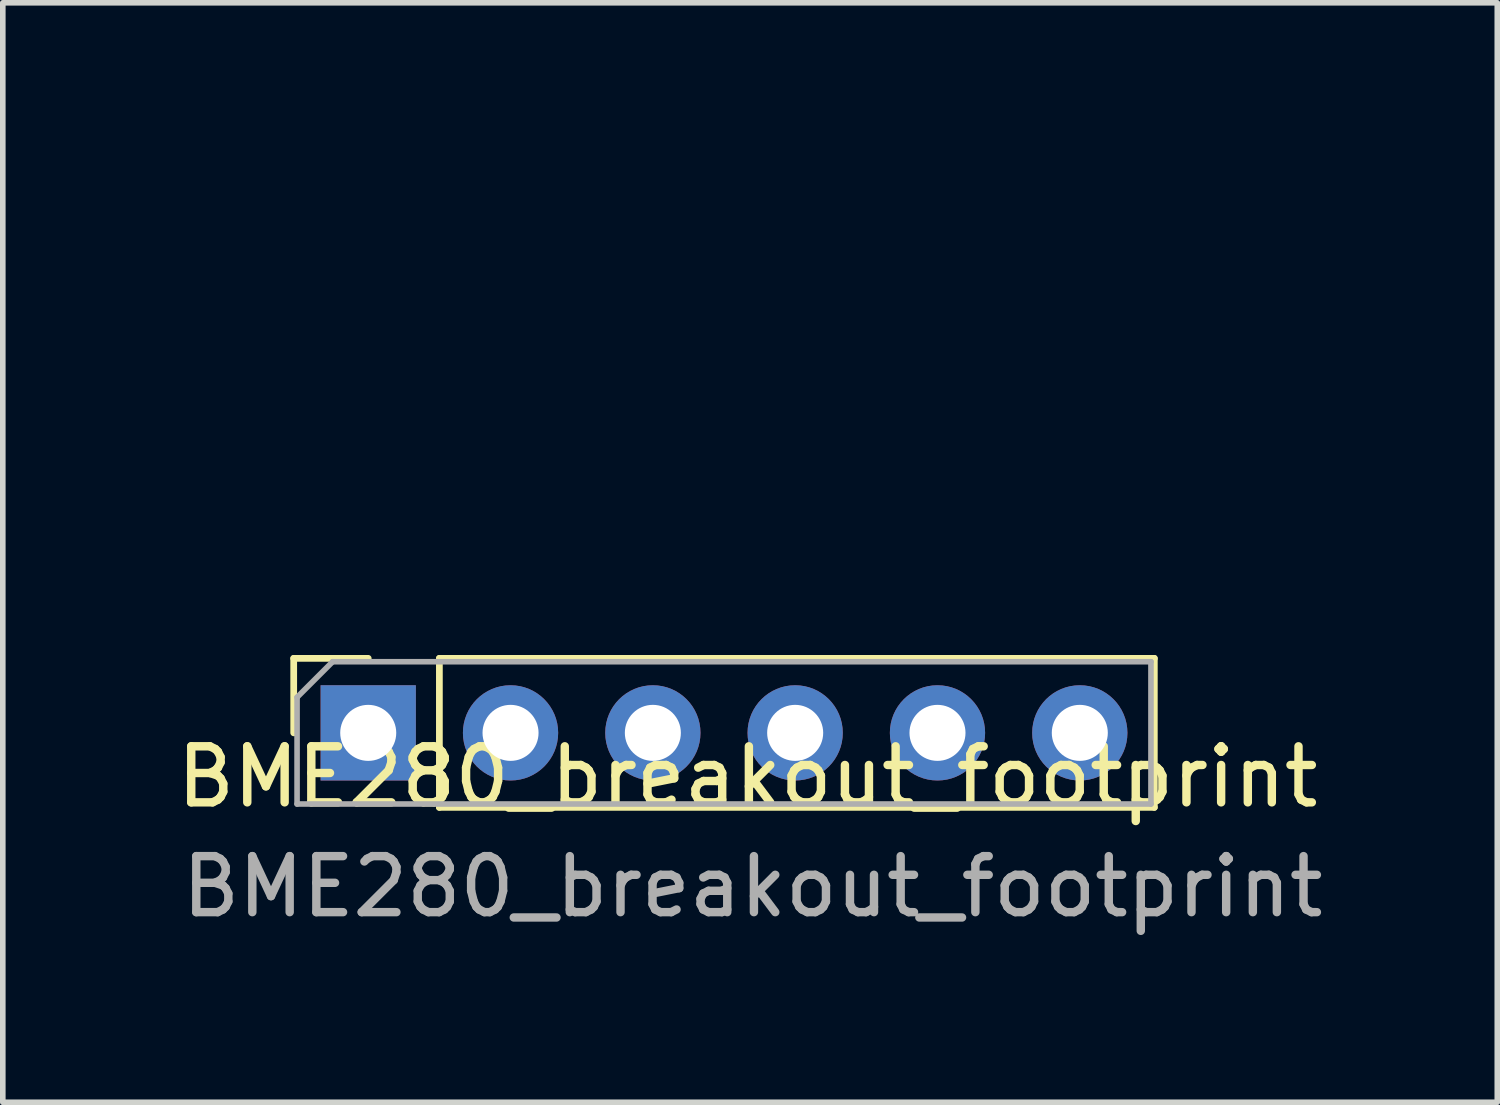
<source format=kicad_pcb>
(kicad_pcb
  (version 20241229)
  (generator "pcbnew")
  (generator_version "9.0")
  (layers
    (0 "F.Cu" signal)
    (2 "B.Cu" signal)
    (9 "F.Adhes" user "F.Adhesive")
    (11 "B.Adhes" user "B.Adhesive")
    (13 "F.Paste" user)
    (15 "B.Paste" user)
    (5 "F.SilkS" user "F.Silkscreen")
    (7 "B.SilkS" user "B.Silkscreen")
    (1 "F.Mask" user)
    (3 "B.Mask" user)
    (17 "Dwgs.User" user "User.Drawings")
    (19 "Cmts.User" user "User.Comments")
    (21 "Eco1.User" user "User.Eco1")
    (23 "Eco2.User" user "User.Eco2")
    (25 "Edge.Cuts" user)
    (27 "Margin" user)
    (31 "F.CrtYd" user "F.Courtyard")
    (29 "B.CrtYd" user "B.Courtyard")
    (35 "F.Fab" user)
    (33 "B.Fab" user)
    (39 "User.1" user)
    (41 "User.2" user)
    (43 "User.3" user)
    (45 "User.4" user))
  (footprint "BME280_breakout_footprint"
    (layer "F.Cu")
    (at 10.292 9.815)
    (property "Reference" "BME280_breakout_footprint" (at 0 1 0) (layer "F.SilkS") (effects (font (size 1 1) (thickness 0.15))))
    (attr smd)
    (fp_line (start -8.1 -1.115) (end -6.77 -1.115) (stroke (width 0.12) (type solid)) (layer "F.SilkS"))
    (fp_line (start -8.1 0.215) (end -8.1 -1.115) (stroke (width 0.12) (type solid)) (layer "F.SilkS"))
    (fp_line (start -5.5 -1.115) (end 7.26 -1.115) (stroke (width 0.12) (type solid)) (layer "F.SilkS"))
    (fp_line (start -5.5 1.545) (end -5.5 -1.115) (stroke (width 0.12) (type solid)) (layer "F.SilkS"))
    (fp_line (start -5.5 1.545) (end 7.26 1.545) (stroke (width 0.12) (type solid)) (layer "F.SilkS"))
    (fp_line (start 7.26 1.545) (end 7.26 -1.115) (stroke (width 0.12) (type solid)) (layer "F.SilkS"))
    (fp_line (start -8.04 -0.42) (end -7.405 -1.055) (stroke (width 0.1) (type solid)) (layer "F.Fab"))
    (fp_line (start -8.04 1.485) (end -8.04 -0.42) (stroke (width 0.1) (type solid)) (layer "F.Fab"))
    (fp_line (start -7.405 -1.055) (end 7.2 -1.055) (stroke (width 0.1) (type solid)) (layer "F.Fab"))
    (fp_line (start 7.2 -1.055) (end 7.2 1.485) (stroke (width 0.1) (type solid)) (layer "F.Fab"))
    (fp_line (start 7.2 1.485) (end -8.04 1.485) (stroke (width 0.1) (type solid)) (layer "F.Fab"))
    (fp_line (start -8.06 -9.79) (end -8.06 1.71) (stroke (width 0.05) (type solid)) (layer "User.1"))
    (fp_line (start -8.06 1.71) (end 7.24 1.71) (stroke (width 0.05) (type solid)) (layer "User.1"))
    (fp_line (start -4.822 -3.213) (end -4.822 -3.598) (stroke (width 0.05) (type solid)) (layer "User.1"))
    (fp_line (start -4.822 -2.413) (end -4.822 -3.213) (stroke (width 0.05) (type solid)) (layer "User.1"))
    (fp_line (start -4.822 -2.028) (end -4.822 -2.413) (stroke (width 0.05) (type solid)) (layer "User.1"))
    (fp_line (start -4.807 -3.613) (end -4.037 -3.613) (stroke (width 0.05) (type solid)) (layer "User.1"))
    (fp_line (start -4.807 -3.598) (end -4.807 -3.213) (stroke (width 0.05) (type solid)) (layer "User.1"))
    (fp_line (start -4.807 -3.213) (end -4.807 -2.413) (stroke (width 0.05) (type solid)) (layer "User.1"))
    (fp_line (start -4.807 -3.213) (end -4.037 -3.213) (stroke (width 0.05) (type solid)) (layer "User.1"))
    (fp_line (start -4.807 -2.413) (end -4.807 -2.028) (stroke (width 0.05) (type solid)) (layer "User.1"))
    (fp_line (start -4.807 -2.028) (end -4.037 -2.028) (stroke (width 0.05) (type solid)) (layer "User.1"))
    (fp_line (start -4.338 -2.734) (end -4.335 -2.718) (stroke (width 0.05) (type solid)) (layer "User.1"))
    (fp_line (start -4.285 -2.702) (end -4.256 -2.7) (stroke (width 0.05) (type solid)) (layer "User.1"))
    (fp_line (start -4.219 -2.718) (end -4.216 -2.734) (stroke (width 0.05) (type solid)) (layer "User.1"))
    (fp_line (start -4.216 -2.849) (end -4.219 -2.866) (stroke (width 0.05) (type solid)) (layer "User.1"))
    (fp_line (start -4.037 -3.598) (end -4.807 -3.598) (stroke (width 0.05) (type solid)) (layer "User.1"))
    (fp_line (start -4.037 -3.213) (end -4.037 -3.598) (stroke (width 0.05) (type solid)) (layer "User.1"))
    (fp_line (start -4.037 -2.413) (end -4.807 -2.413) (stroke (width 0.05) (type solid)) (layer "User.1"))
    (fp_line (start -4.037 -2.413) (end -4.037 -3.213) (stroke (width 0.05) (type solid)) (layer "User.1"))
    (fp_line (start -4.037 -2.028) (end -4.037 -2.413) (stroke (width 0.05) (type solid)) (layer "User.1"))
    (fp_line (start -4.037 -2.013) (end -4.807 -2.013) (stroke (width 0.05) (type solid)) (layer "User.1"))
    (fp_line (start -4.022 -3.598) (end -4.022 -3.213) (stroke (width 0.05) (type solid)) (layer "User.1"))
    (fp_line (start -4.022 -3.213) (end -4.022 -2.413) (stroke (width 0.05) (type solid)) (layer "User.1"))
    (fp_line (start -4.022 -2.413) (end -4.022 -2.028) (stroke (width 0.05) (type solid)) (layer "User.1"))
    (fp_line (start -2.822 -3.213) (end -2.822 -3.598) (stroke (width 0.05) (type solid)) (layer "User.1"))
    (fp_line (start -2.822 -2.413) (end -2.822 -3.213) (stroke (width 0.05) (type solid)) (layer "User.1"))
    (fp_line (start -2.822 -2.028) (end -2.822 -2.413) (stroke (width 0.05) (type solid)) (layer "User.1"))
    (fp_line (start -2.807 -3.613) (end -2.037 -3.613) (stroke (width 0.05) (type solid)) (layer "User.1"))
    (fp_line (start -2.807 -3.598) (end -2.807 -3.213) (stroke (width 0.05) (type solid)) (layer "User.1"))
    (fp_line (start -2.807 -3.213) (end -2.807 -2.413) (stroke (width 0.05) (type solid)) (layer "User.1"))
    (fp_line (start -2.807 -3.213) (end -2.037 -3.213) (stroke (width 0.05) (type solid)) (layer "User.1"))
    (fp_line (start -2.807 -2.413) (end -2.807 -2.028) (stroke (width 0.05) (type solid)) (layer "User.1"))
    (fp_line (start -2.807 -2.028) (end -2.037 -2.028) (stroke (width 0.05) (type solid)) (layer "User.1"))
    (fp_line (start -2.338 -2.734) (end -2.334 -2.718) (stroke (width 0.05) (type solid)) (layer "User.1"))
    (fp_line (start -2.285 -2.702) (end -2.255 -2.7) (stroke (width 0.05) (type solid)) (layer "User.1"))
    (fp_line (start -2.219 -2.718) (end -2.216 -2.734) (stroke (width 0.05) (type solid)) (layer "User.1"))
    (fp_line (start -2.216 -2.849) (end -2.219 -2.866) (stroke (width 0.05) (type solid)) (layer "User.1"))
    (fp_line (start -2.037 -3.598) (end -2.807 -3.598) (stroke (width 0.05) (type solid)) (layer "User.1"))
    (fp_line (start -2.037 -3.213) (end -2.037 -3.598) (stroke (width 0.05) (type solid)) (layer "User.1"))
    (fp_line (start -2.037 -2.413) (end -2.807 -2.413) (stroke (width 0.05) (type solid)) (layer "User.1"))
    (fp_line (start -2.037 -2.413) (end -2.037 -3.213) (stroke (width 0.05) (type solid)) (layer "User.1"))
    (fp_line (start -2.037 -2.028) (end -2.037 -2.413) (stroke (width 0.05) (type solid)) (layer "User.1"))
    (fp_line (start -2.037 -2.013) (end -2.807 -2.013) (stroke (width 0.05) (type solid)) (layer "User.1"))
    (fp_line (start -2.022 -3.598) (end -2.022 -3.213) (stroke (width 0.05) (type solid)) (layer "User.1"))
    (fp_line (start -2.022 -3.213) (end -2.022 -2.413) (stroke (width 0.05) (type solid)) (layer "User.1"))
    (fp_line (start -2.022 -2.413) (end -2.022 -2.028) (stroke (width 0.05) (type solid)) (layer "User.1"))
    (fp_line (start -1.66 -7.54) (end -1.66 -5.04) (stroke (width 0.05) (type solid)) (layer "User.1"))
    (fp_line (start -1.66 -5.04) (end 0.84 -5.04) (stroke (width 0.05) (type solid)) (layer "User.1"))
    (fp_line (start -1.558 -7.319) (end -1.558 -7.3) (stroke (width 0.05) (type solid)) (layer "User.1"))
    (fp_line (start -1.558 -7.3) (end -1.558 -7.08) (stroke (width 0.05) (type solid)) (layer "User.1"))
    (fp_line (start -1.558 -7.08) (end -1.558 -5.5) (stroke (width 0.05) (type solid)) (layer "User.1"))
    (fp_line (start -1.558 -5.5) (end -1.558 -5.28) (stroke (width 0.05) (type solid)) (layer "User.1"))
    (fp_line (start -1.558 -5.28) (end -1.558 -5.261) (stroke (width 0.05) (type solid)) (layer "User.1"))
    (fp_line (start -1.5 -7.08) (end -1.5 -5.5) (stroke (width 0.05) (type solid)) (layer "User.1"))
    (fp_line (start -1.438 -5.141) (end -1.417 -5.141) (stroke (width 0.05) (type solid)) (layer "User.1"))
    (fp_line (start -1.417 -7.439) (end -1.438 -7.439) (stroke (width 0.05) (type solid)) (layer "User.1"))
    (fp_line (start -1.417 -5.141) (end -1.2 -5.141) (stroke (width 0.05) (type solid)) (layer "User.1"))
    (fp_line (start -1.25 -5.5) (end -1.25 -7.08) (stroke (width 0.05) (type solid)) (layer "User.1"))
    (fp_line (start -1.215 -5.743) (end -1.215 -5.983) (stroke (width 0.05) (type solid)) (layer "User.1"))
    (fp_line (start -1.21 -8.405) (end -1.21 -9.175) (stroke (width 0.05) (type solid)) (layer "User.1"))
    (fp_line (start -1.2 -7.439) (end -1.417 -7.439) (stroke (width 0.05) (type solid)) (layer "User.1"))
    (fp_line (start -1.2 -7.13) (end 0.38 -7.13) (stroke (width 0.05) (type solid)) (layer "User.1"))
    (fp_line (start -1.2 -5.2) (end 0.38 -5.2) (stroke (width 0.05) (type solid)) (layer "User.1"))
    (fp_line (start -1.2 -5.141) (end 0.38 -5.141) (stroke (width 0.05) (type solid)) (layer "User.1"))
    (fp_line (start -1.195 -9.19) (end -0.81 -9.19) (stroke (width 0.05) (type solid)) (layer "User.1"))
    (fp_line (start -1.195 -9.175) (end -1.195 -8.405) (stroke (width 0.05) (type solid)) (layer "User.1"))
    (fp_line (start -1.195 -8.405) (end -0.81 -8.405) (stroke (width 0.05) (type solid)) (layer "User.1"))
    (fp_line (start -1.179 -6.016) (end -1.05 -6.016) (stroke (width 0.05) (type solid)) (layer "User.1"))
    (fp_line (start -1.164 -5.969) (end -1.067 -5.969) (stroke (width 0.05) (type solid)) (layer "User.1"))
    (fp_line (start -1.164 -5.757) (end -1.164 -5.969) (stroke (width 0.05) (type solid)) (layer "User.1"))
    (fp_line (start -1.067 -5.969) (end -1.067 -5.757) (stroke (width 0.05) (type solid)) (layer "User.1"))
    (fp_line (start -1.067 -5.757) (end -1.164 -5.757) (stroke (width 0.05) (type solid)) (layer "User.1"))
    (fp_line (start -1.046 -5.711) (end -1.177 -5.711) (stroke (width 0.05) (type solid)) (layer "User.1"))
    (fp_line (start -1.016 -5.982) (end -1.016 -5.747) (stroke (width 0.05) (type solid)) (layer "User.1"))
    (fp_line (start -0.931 -5.878) (end -0.931 -5.98) (stroke (width 0.05) (type solid)) (layer "User.1"))
    (fp_line (start -0.893 -5.732) (end -0.893 -5.841) (stroke (width 0.05) (type solid)) (layer "User.1"))
    (fp_line (start -0.889 -6.016) (end -0.77 -6.016) (stroke (width 0.05) (type solid)) (layer "User.1"))
    (fp_line (start -0.88 -5.885) (end -0.88 -5.97) (stroke (width 0.05) (type solid)) (layer "User.1"))
    (fp_line (start -0.871 -5.969) (end -0.78 -5.969) (stroke (width 0.05) (type solid)) (layer "User.1"))
    (fp_line (start -0.842 -5.838) (end -0.817 -5.838) (stroke (width 0.05) (type solid)) (layer "User.1"))
    (fp_line (start -0.842 -5.758) (end -0.842 -5.838) (stroke (width 0.05) (type solid)) (layer "User.1"))
    (fp_line (start -0.841 -5.757) (end -0.842 -5.758) (stroke (width 0.05) (type solid)) (layer "User.1"))
    (fp_line (start -0.822 -3.213) (end -0.822 -3.598) (stroke (width 0.05) (type solid)) (layer "User.1"))
    (fp_line (start -0.822 -2.413) (end -0.822 -3.213) (stroke (width 0.05) (type solid)) (layer "User.1"))
    (fp_line (start -0.822 -2.028) (end -0.822 -2.413) (stroke (width 0.05) (type solid)) (layer "User.1"))
    (fp_line (start -0.817 -5.838) (end -0.817 -5.757) (stroke (width 0.05) (type solid)) (layer "User.1"))
    (fp_line (start -0.817 -5.757) (end -0.841 -5.757) (stroke (width 0.05) (type solid)) (layer "User.1"))
    (fp_line (start -0.81 -9.19) (end -0.01 -9.19) (stroke (width 0.05) (type solid)) (layer "User.1"))
    (fp_line (start -0.81 -9.175) (end -1.195 -9.175) (stroke (width 0.05) (type solid)) (layer "User.1"))
    (fp_line (start -0.81 -8.405) (end -0.81 -9.175) (stroke (width 0.05) (type solid)) (layer "User.1"))
    (fp_line (start -0.81 -8.405) (end -0.01 -8.405) (stroke (width 0.05) (type solid)) (layer "User.1"))
    (fp_line (start -0.81 -8.39) (end -1.195 -8.39) (stroke (width 0.05) (type solid)) (layer "User.1"))
    (fp_line (start -0.807 -3.613) (end -0.037 -3.613) (stroke (width 0.05) (type solid)) (layer "User.1"))
    (fp_line (start -0.807 -3.598) (end -0.807 -3.213) (stroke (width 0.05) (type solid)) (layer "User.1"))
    (fp_line (start -0.807 -3.213) (end -0.807 -2.413) (stroke (width 0.05) (type solid)) (layer "User.1"))
    (fp_line (start -0.807 -3.213) (end -0.037 -3.213) (stroke (width 0.05) (type solid)) (layer "User.1"))
    (fp_line (start -0.807 -2.413) (end -0.807 -2.028) (stroke (width 0.05) (type solid)) (layer "User.1"))
    (fp_line (start -0.807 -2.028) (end -0.037 -2.028) (stroke (width 0.05) (type solid)) (layer "User.1"))
    (fp_line (start -0.785 -5.711) (end -0.868 -5.711) (stroke (width 0.05) (type solid)) (layer "User.1"))
    (fp_line (start -0.782 -5.884) (end -0.872 -5.884) (stroke (width 0.05) (type solid)) (layer "User.1"))
    (fp_line (start -0.78 -5.969) (end -0.778 -5.967) (stroke (width 0.05) (type solid)) (layer "User.1"))
    (fp_line (start -0.778 -5.967) (end -0.778 -5.885) (stroke (width 0.05) (type solid)) (layer "User.1"))
    (fp_line (start -0.778 -5.885) (end -0.782 -5.884) (stroke (width 0.05) (type solid)) (layer "User.1"))
    (fp_line (start -0.766 -5.837) (end -0.766 -5.732) (stroke (width 0.05) (type solid)) (layer "User.1"))
    (fp_line (start -0.76 -5.842) (end -0.766 -5.837) (stroke (width 0.05) (type solid)) (layer "User.1"))
    (fp_line (start -0.728 -5.977) (end -0.728 -5.878) (stroke (width 0.05) (type solid)) (layer "User.1"))
    (fp_line (start -0.656 -5.746) (end -0.656 -5.847) (stroke (width 0.05) (type solid)) (layer "User.1"))
    (fp_line (start -0.63 -6.016) (end -0.452 -6.016) (stroke (width 0.05) (type solid)) (layer "User.1"))
    (fp_line (start -0.609 -5.884) (end -0.503 -5.884) (stroke (width 0.05) (type solid)) (layer "User.1"))
    (fp_line (start -0.605 -5.838) (end -0.605 -5.753) (stroke (width 0.05) (type solid)) (layer "User.1"))
    (fp_line (start -0.605 -5.753) (end -0.476 -5.753) (stroke (width 0.05) (type solid)) (layer "User.1"))
    (fp_line (start -0.503 -5.969) (end -0.63 -5.969) (stroke (width 0.05) (type solid)) (layer "User.1"))
    (fp_line (start -0.503 -5.884) (end -0.503 -5.969) (stroke (width 0.05) (type solid)) (layer "User.1"))
    (fp_line (start -0.495 -5.838) (end -0.605 -5.838) (stroke (width 0.05) (type solid)) (layer "User.1"))
    (fp_line (start -0.476 -5.707) (end -0.614 -5.707) (stroke (width 0.05) (type solid)) (layer "User.1"))
    (fp_line (start -0.452 -6.016) (end -0.452 -5.877) (stroke (width 0.05) (type solid)) (layer "User.1"))
    (fp_line (start -0.446 -8.996) (end -0.463 -8.993) (stroke (width 0.05) (type solid)) (layer "User.1"))
    (fp_line (start -0.352 -6.016) (end -0.177 -6.016) (stroke (width 0.05) (type solid)) (layer "User.1"))
    (fp_line (start -0.349 -5.753) (end -0.228 -5.753) (stroke (width 0.05) (type solid)) (layer "User.1"))
    (fp_line (start -0.338 -2.734) (end -0.334 -2.718) (stroke (width 0.05) (type solid)) (layer "User.1"))
    (fp_line (start -0.331 -8.874) (end -0.315 -8.877) (stroke (width 0.05) (type solid)) (layer "User.1"))
    (fp_line (start -0.315 -8.993) (end -0.331 -8.996) (stroke (width 0.05) (type solid)) (layer "User.1"))
    (fp_line (start -0.299 -8.927) (end -0.297 -8.956) (stroke (width 0.05) (type solid)) (layer "User.1"))
    (fp_line (start -0.285 -2.702) (end -0.255 -2.7) (stroke (width 0.05) (type solid)) (layer "User.1"))
    (fp_line (start -0.277 -5.884) (end -0.228 -5.884) (stroke (width 0.05) (type solid)) (layer "User.1"))
    (fp_line (start -0.228 -5.969) (end -0.353 -5.969) (stroke (width 0.05) (type solid)) (layer "User.1"))
    (fp_line (start -0.228 -5.884) (end -0.228 -5.969) (stroke (width 0.05) (type solid)) (layer "User.1"))
    (fp_line (start -0.228 -5.838) (end -0.277 -5.838) (stroke (width 0.05) (type solid)) (layer "User.1"))
    (fp_line (start -0.228 -5.753) (end -0.228 -5.838) (stroke (width 0.05) (type solid)) (layer "User.1"))
    (fp_line (start -0.219 -2.718) (end -0.216 -2.734) (stroke (width 0.05) (type solid)) (layer "User.1"))
    (fp_line (start -0.216 -2.849) (end -0.219 -2.866) (stroke (width 0.05) (type solid)) (layer "User.1"))
    (fp_line (start -0.177 -6.016) (end -0.177 -5.707) (stroke (width 0.05) (type solid)) (layer "User.1"))
    (fp_line (start -0.177 -5.707) (end -0.349 -5.707) (stroke (width 0.05) (type solid)) (layer "User.1"))
    (fp_line (start -0.165 -6.771) (end -0.154 -6.771) (stroke (width 0.05) (type solid)) (layer "User.1"))
    (fp_line (start -0.161 -6.604) (end -0.154 -6.604) (stroke (width 0.05) (type solid)) (layer "User.1"))
    (fp_line (start -0.154 -6.604) (end -0.154 -6.771) (stroke (width 0.05) (type solid)) (layer "User.1"))
    (fp_line (start -0.136 -6.843) (end -0.126 -6.834) (stroke (width 0.05) (type solid)) (layer "User.1"))
    (fp_line (start -0.126 -6.834) (end -0.126 -6.771) (stroke (width 0.05) (type solid)) (layer "User.1"))
    (fp_line (start -0.126 -6.771) (end 0.106 -6.771) (stroke (width 0.05) (type solid)) (layer "User.1"))
    (fp_line (start -0.126 -6.632) (end -0.126 -6.741) (stroke (width 0.05) (type solid)) (layer "User.1"))
    (fp_line (start -0.126 -6.632) (end 0.106 -6.632) (stroke (width 0.05) (type solid)) (layer "User.1"))
    (fp_line (start -0.126 -6.609) (end -0.126 -6.546) (stroke (width 0.05) (type solid)) (layer "User.1"))
    (fp_line (start -0.126 -6.546) (end -0.146 -6.546) (stroke (width 0.05) (type solid)) (layer "User.1"))
    (fp_line (start -0.092 -5.719) (end -0.092 -5.994) (stroke (width 0.05) (type solid)) (layer "User.1"))
    (fp_line (start -0.087 -5.707) (end -0.092 -5.719) (stroke (width 0.05) (type solid)) (layer "User.1"))
    (fp_line (start -0.041 -5.994) (end -0.041 -5.77) (stroke (width 0.05) (type solid)) (layer "User.1"))
    (fp_line (start -0.041 -5.77) (end -0.014 -5.825) (stroke (width 0.05) (type solid)) (layer "User.1"))
    (fp_line (start -0.037 -3.598) (end -0.807 -3.598) (stroke (width 0.05) (type solid)) (layer "User.1"))
    (fp_line (start -0.037 -3.213) (end -0.037 -3.598) (stroke (width 0.05) (type solid)) (layer "User.1"))
    (fp_line (start -0.037 -2.413) (end -0.807 -2.413) (stroke (width 0.05) (type solid)) (layer "User.1"))
    (fp_line (start -0.037 -2.413) (end -0.037 -3.213) (stroke (width 0.05) (type solid)) (layer "User.1"))
    (fp_line (start -0.037 -2.028) (end -0.037 -2.413) (stroke (width 0.05) (type solid)) (layer "User.1"))
    (fp_line (start -0.037 -2.013) (end -0.807 -2.013) (stroke (width 0.05) (type solid)) (layer "User.1"))
    (fp_line (start -0.034 -5.707) (end -0.087 -5.707) (stroke (width 0.05) (type solid)) (layer "User.1"))
    (fp_line (start -0.022 -3.598) (end -0.022 -3.213) (stroke (width 0.05) (type solid)) (layer "User.1"))
    (fp_line (start -0.022 -3.213) (end -0.022 -2.413) (stroke (width 0.05) (type solid)) (layer "User.1"))
    (fp_line (start -0.022 -2.413) (end -0.022 -2.028) (stroke (width 0.05) (type solid)) (layer "User.1"))
    (fp_line (start -0.014 -5.825) (end -0.011 -5.836) (stroke (width 0.05) (type solid)) (layer "User.1"))
    (fp_line (start -0.01 -9.19) (end 0.375 -9.19) (stroke (width 0.05) (type solid)) (layer "User.1"))
    (fp_line (start -0.01 -9.175) (end -0.81 -9.175) (stroke (width 0.05) (type solid)) (layer "User.1"))
    (fp_line (start -0.01 -9.175) (end -0.01 -8.405) (stroke (width 0.05) (type solid)) (layer "User.1"))
    (fp_line (start -0.01 -8.405) (end 0.375 -8.405) (stroke (width 0.05) (type solid)) (layer "User.1"))
    (fp_line (start -0.01 -8.39) (end -0.81 -8.39) (stroke (width 0.05) (type solid)) (layer "User.1"))
    (fp_line (start 0.01 -5.778) (end -0.034 -5.707) (stroke (width 0.05) (type solid)) (layer "User.1"))
    (fp_line (start 0.032 -5.836) (end 0.034 -5.828) (stroke (width 0.05) (type solid)) (layer "User.1"))
    (fp_line (start 0.034 -5.828) (end 0.06 -5.769) (stroke (width 0.05) (type solid)) (layer "User.1"))
    (fp_line (start 0.056 -5.707) (end 0.01 -5.778) (stroke (width 0.05) (type solid)) (layer "User.1"))
    (fp_line (start 0.06 -5.769) (end 0.06 -5.994) (stroke (width 0.05) (type solid)) (layer "User.1"))
    (fp_line (start 0.106 -6.834) (end 0.116 -6.843) (stroke (width 0.05) (type solid)) (layer "User.1"))
    (fp_line (start 0.106 -6.771) (end 0.106 -6.834) (stroke (width 0.05) (type solid)) (layer "User.1"))
    (fp_line (start 0.106 -6.741) (end -0.126 -6.741) (stroke (width 0.05) (type solid)) (layer "User.1"))
    (fp_line (start 0.106 -6.632) (end 0.106 -6.741) (stroke (width 0.05) (type solid)) (layer "User.1"))
    (fp_line (start 0.106 -6.609) (end -0.126 -6.609) (stroke (width 0.05) (type solid)) (layer "User.1"))
    (fp_line (start 0.106 -6.546) (end 0.106 -6.609) (stroke (width 0.05) (type solid)) (layer "User.1"))
    (fp_line (start 0.108 -5.707) (end 0.056 -5.707) (stroke (width 0.05) (type solid)) (layer "User.1"))
    (fp_line (start 0.111 -5.993) (end 0.108 -5.707) (stroke (width 0.05) (type solid)) (layer "User.1"))
    (fp_line (start 0.126 -6.546) (end 0.106 -6.546) (stroke (width 0.05) (type solid)) (layer "User.1"))
    (fp_line (start 0.134 -6.604) (end 0.134 -6.771) (stroke (width 0.05) (type solid)) (layer "User.1"))
    (fp_line (start 0.141 -6.604) (end 0.134 -6.604) (stroke (width 0.05) (type solid)) (layer "User.1"))
    (fp_line (start 0.145 -6.771) (end 0.134 -6.771) (stroke (width 0.05) (type solid)) (layer "User.1"))
    (fp_line (start 0.267 -6.016) (end 0.395 -6.016) (stroke (width 0.05) (type solid)) (layer "User.1"))
    (fp_line (start 0.273 -5.969) (end 0.344 -5.969) (stroke (width 0.05) (type solid)) (layer "User.1"))
    (fp_line (start 0.278 -5.838) (end 0.344 -5.838) (stroke (width 0.05) (type solid)) (layer "User.1"))
    (fp_line (start 0.344 -5.969) (end 0.344 -5.884) (stroke (width 0.05) (type solid)) (layer "User.1"))
    (fp_line (start 0.344 -5.884) (end 0.274 -5.884) (stroke (width 0.05) (type solid)) (layer "User.1"))
    (fp_line (start 0.344 -5.838) (end 0.344 -5.753) (stroke (width 0.05) (type solid)) (layer "User.1"))
    (fp_line (start 0.344 -5.753) (end 0.278 -5.753) (stroke (width 0.05) (type solid)) (layer "User.1"))
    (fp_line (start 0.375 -9.175) (end -0.01 -9.175) (stroke (width 0.05) (type solid)) (layer "User.1"))
    (fp_line (start 0.375 -8.405) (end 0.375 -9.175) (stroke (width 0.05) (type solid)) (layer "User.1"))
    (fp_line (start 0.375 -8.39) (end -0.01 -8.39) (stroke (width 0.05) (type solid)) (layer "User.1"))
    (fp_line (start 0.38 -7.439) (end -1.2 -7.439) (stroke (width 0.05) (type solid)) (layer "User.1"))
    (fp_line (start 0.38 -7.38) (end -1.2 -7.38) (stroke (width 0.05) (type solid)) (layer "User.1"))
    (fp_line (start 0.38 -5.45) (end -1.2 -5.45) (stroke (width 0.05) (type solid)) (layer "User.1"))
    (fp_line (start 0.38 -5.141) (end 0.597 -5.141) (stroke (width 0.05) (type solid)) (layer "User.1"))
    (fp_line (start 0.39 -9.175) (end 0.39 -8.405) (stroke (width 0.05) (type solid)) (layer "User.1"))
    (fp_line (start 0.395 -6.016) (end 0.395 -5.707) (stroke (width 0.05) (type solid)) (layer "User.1"))
    (fp_line (start 0.395 -5.707) (end 0.273 -5.707) (stroke (width 0.05) (type solid)) (layer "User.1"))
    (fp_line (start 0.43 -7.08) (end 0.43 -5.5) (stroke (width 0.05) (type solid)) (layer "User.1"))
    (fp_line (start 0.597 -7.439) (end 0.38 -7.439) (stroke (width 0.05) (type solid)) (layer "User.1"))
    (fp_line (start 0.597 -5.141) (end 0.618 -5.141) (stroke (width 0.05) (type solid)) (layer "User.1"))
    (fp_line (start 0.618 -7.439) (end 0.597 -7.439) (stroke (width 0.05) (type solid)) (layer "User.1"))
    (fp_line (start 0.68 -5.5) (end 0.68 -7.08) (stroke (width 0.05) (type solid)) (layer "User.1"))
    (fp_line (start 0.738 -7.3) (end 0.738 -7.319) (stroke (width 0.05) (type solid)) (layer "User.1"))
    (fp_line (start 0.738 -7.08) (end 0.738 -7.3) (stroke (width 0.05) (type solid)) (layer "User.1"))
    (fp_line (start 0.738 -5.5) (end 0.738 -7.08) (stroke (width 0.05) (type solid)) (layer "User.1"))
    (fp_line (start 0.738 -5.28) (end 0.738 -5.5) (stroke (width 0.05) (type solid)) (layer "User.1"))
    (fp_line (start 0.738 -5.261) (end 0.738 -5.28) (stroke (width 0.05) (type solid)) (layer "User.1"))
    (fp_line (start 0.84 -7.54) (end -1.66 -7.54) (stroke (width 0.05) (type solid)) (layer "User.1"))
    (fp_line (start 0.84 -5.04) (end 0.84 -7.54) (stroke (width 0.05) (type solid)) (layer "User.1"))
    (fp_line (start 1.178 -3.213) (end 1.178 -3.598) (stroke (width 0.05) (type solid)) (layer "User.1"))
    (fp_line (start 1.178 -2.413) (end 1.178 -3.213) (stroke (width 0.05) (type solid)) (layer "User.1"))
    (fp_line (start 1.178 -2.028) (end 1.178 -2.413) (stroke (width 0.05) (type solid)) (layer "User.1"))
    (fp_line (start 1.193 -3.613) (end 1.963 -3.613) (stroke (width 0.05) (type solid)) (layer "User.1"))
    (fp_line (start 1.193 -3.598) (end 1.193 -3.213) (stroke (width 0.05) (type solid)) (layer "User.1"))
    (fp_line (start 1.193 -3.213) (end 1.193 -2.413) (stroke (width 0.05) (type solid)) (layer "User.1"))
    (fp_line (start 1.193 -3.213) (end 1.963 -3.213) (stroke (width 0.05) (type solid)) (layer "User.1"))
    (fp_line (start 1.193 -2.413) (end 1.193 -2.028) (stroke (width 0.05) (type solid)) (layer "User.1"))
    (fp_line (start 1.193 -2.028) (end 1.963 -2.028) (stroke (width 0.05) (type solid)) (layer "User.1"))
    (fp_line (start 1.662 -2.734) (end 1.666 -2.718) (stroke (width 0.05) (type solid)) (layer "User.1"))
    (fp_line (start 1.715 -2.702) (end 1.745 -2.7) (stroke (width 0.05) (type solid)) (layer "User.1"))
    (fp_line (start 1.781 -2.718) (end 1.784 -2.734) (stroke (width 0.05) (type solid)) (layer "User.1"))
    (fp_line (start 1.784 -2.849) (end 1.781 -2.866) (stroke (width 0.05) (type solid)) (layer "User.1"))
    (fp_line (start 1.963 -3.598) (end 1.193 -3.598) (stroke (width 0.05) (type solid)) (layer "User.1"))
    (fp_line (start 1.963 -3.213) (end 1.963 -3.598) (stroke (width 0.05) (type solid)) (layer "User.1"))
    (fp_line (start 1.963 -2.413) (end 1.193 -2.413) (stroke (width 0.05) (type solid)) (layer "User.1"))
    (fp_line (start 1.963 -2.413) (end 1.963 -3.213) (stroke (width 0.05) (type solid)) (layer "User.1"))
    (fp_line (start 1.963 -2.028) (end 1.963 -2.413) (stroke (width 0.05) (type solid)) (layer "User.1"))
    (fp_line (start 1.963 -2.013) (end 1.193 -2.013) (stroke (width 0.05) (type solid)) (layer "User.1"))
    (fp_line (start 1.978 -3.598) (end 1.978 -3.213) (stroke (width 0.05) (type solid)) (layer "User.1"))
    (fp_line (start 1.978 -3.213) (end 1.978 -2.413) (stroke (width 0.05) (type solid)) (layer "User.1"))
    (fp_line (start 1.978 -2.413) (end 1.978 -2.028) (stroke (width 0.05) (type solid)) (layer "User.1"))
    (fp_line (start 3.178 -3.213) (end 3.178 -3.598) (stroke (width 0.05) (type solid)) (layer "User.1"))
    (fp_line (start 3.178 -2.413) (end 3.178 -3.213) (stroke (width 0.05) (type solid)) (layer "User.1"))
    (fp_line (start 3.178 -2.028) (end 3.178 -2.413) (stroke (width 0.05) (type solid)) (layer "User.1"))
    (fp_line (start 3.193 -3.613) (end 3.963 -3.613) (stroke (width 0.05) (type solid)) (layer "User.1"))
    (fp_line (start 3.193 -3.598) (end 3.193 -3.213) (stroke (width 0.05) (type solid)) (layer "User.1"))
    (fp_line (start 3.193 -3.213) (end 3.193 -2.413) (stroke (width 0.05) (type solid)) (layer "User.1"))
    (fp_line (start 3.193 -3.213) (end 3.963 -3.213) (stroke (width 0.05) (type solid)) (layer "User.1"))
    (fp_line (start 3.193 -2.413) (end 3.193 -2.028) (stroke (width 0.05) (type solid)) (layer "User.1"))
    (fp_line (start 3.193 -2.028) (end 3.963 -2.028) (stroke (width 0.05) (type solid)) (layer "User.1"))
    (fp_line (start 3.662 -2.734) (end 3.666 -2.718) (stroke (width 0.05) (type solid)) (layer "User.1"))
    (fp_line (start 3.715 -2.702) (end 3.745 -2.7) (stroke (width 0.05) (type solid)) (layer "User.1"))
    (fp_line (start 3.781 -2.718) (end 3.784 -2.734) (stroke (width 0.05) (type solid)) (layer "User.1"))
    (fp_line (start 3.784 -2.849) (end 3.781 -2.866) (stroke (width 0.05) (type solid)) (layer "User.1"))
    (fp_line (start 3.963 -3.598) (end 3.193 -3.598) (stroke (width 0.05) (type solid)) (layer "User.1"))
    (fp_line (start 3.963 -3.213) (end 3.963 -3.598) (stroke (width 0.05) (type solid)) (layer "User.1"))
    (fp_line (start 3.963 -2.413) (end 3.193 -2.413) (stroke (width 0.05) (type solid)) (layer "User.1"))
    (fp_line (start 3.963 -2.413) (end 3.963 -3.213) (stroke (width 0.05) (type solid)) (layer "User.1"))
    (fp_line (start 3.963 -2.028) (end 3.963 -2.413) (stroke (width 0.05) (type solid)) (layer "User.1"))
    (fp_line (start 3.963 -2.013) (end 3.193 -2.013) (stroke (width 0.05) (type solid)) (layer "User.1"))
    (fp_line (start 3.978 -3.598) (end 3.978 -3.213) (stroke (width 0.05) (type solid)) (layer "User.1"))
    (fp_line (start 3.978 -3.213) (end 3.978 -2.413) (stroke (width 0.05) (type solid)) (layer "User.1"))
    (fp_line (start 3.978 -2.413) (end 3.978 -2.028) (stroke (width 0.05) (type solid)) (layer "User.1"))
    (fp_line (start 7.24 -9.79) (end -8.06 -9.79) (stroke (width 0.05) (type solid)) (layer "User.1"))
    (fp_line (start 7.24 1.71) (end 7.24 -9.79) (stroke (width 0.05) (type solid)) (layer "User.1"))
    (fp_arc (start -4.822023 -3.598172) (mid -4.81763 -3.608779) (end -4.807023 -3.613172) (stroke (width 0.05) (type solid)) (layer "User.1"))
    (fp_arc (start -4.807023 -2.013172) (mid -4.81763 -2.017565) (end -4.822023 -2.028172) (stroke (width 0.05) (type solid)) (layer "User.1"))
    (fp_arc (start -4.037023 -3.613172) (mid -4.026416 -3.608779) (end -4.022023 -3.598172) (stroke (width 0.05) (type solid)) (layer "User.1"))
    (fp_arc (start -4.022023 -2.028172) (mid -4.026416 -2.017565) (end -4.037023 -2.013172) (stroke (width 0.05) (type solid)) (layer "User.1"))
    (fp_arc (start -2.821707 -3.598172) (mid -2.817314 -3.608779) (end -2.806707 -3.613172) (stroke (width 0.05) (type solid)) (layer "User.1"))
    (fp_arc (start -2.821707 -3.598172) (mid -2.817314 -3.608779) (end -2.806707 -3.613172) (stroke (width 0.05) (type solid)) (layer "User.1"))
    (fp_arc (start -2.806707 -2.013172) (mid -2.817314 -2.017565) (end -2.821707 -2.028172) (stroke (width 0.05) (type solid)) (layer "User.1"))
    (fp_arc (start -2.806707 -2.013172) (mid -2.817314 -2.017565) (end -2.821707 -2.028172) (stroke (width 0.05) (type solid)) (layer "User.1"))
    (fp_arc (start -2.036707 -3.613172) (mid -2.0261 -3.608779) (end -2.021707 -3.598172) (stroke (width 0.05) (type solid)) (layer "User.1"))
    (fp_arc (start -2.021707 -2.028172) (mid -2.0261 -2.017565) (end -2.036707 -2.013172) (stroke (width 0.05) (type solid)) (layer "User.1"))
    (fp_arc (start -2.021707 -2.028172) (mid -2.0261 -2.017565) (end -2.036707 -2.013172) (stroke (width 0.05) (type solid)) (layer "User.1"))
    (fp_arc (start -1.557583 -7.319365) (mid -1.522436 -7.404218) (end -1.437583 -7.439365) (stroke (width 0.05) (type solid)) (layer "User.1"))
    (fp_arc (start -1.557583 -7.300306) (mid -1.495774 -7.378192) (end -1.417387 -7.439365) (stroke (width 0.05) (type solid)) (layer "User.1"))
    (fp_arc (start -1.5 -7.08) (mid -1.412132 -7.292132) (end -1.2 -7.38) (stroke (width 0.05) (type solid)) (layer "User.1"))
    (fp_arc (start -1.5 -7.08) (mid -1.412132 -7.292132) (end -1.2 -7.38) (stroke (width 0.05) (type solid)) (layer "User.1"))
    (fp_arc (start -1.437583 -5.140635) (mid -1.522436 -5.175782) (end -1.557583 -5.260635) (stroke (width 0.05) (type solid)) (layer "User.1"))
    (fp_arc (start -1.417387 -5.140635) (mid -1.495774 -5.201808) (end -1.557583 -5.279694) (stroke (width 0.05) (type solid)) (layer "User.1"))
    (fp_arc (start -1.25 -7.08) (mid -1.235355 -7.115355) (end -1.2 -7.13) (stroke (width 0.05) (type solid)) (layer "User.1"))
    (fp_arc (start -1.210178 -9.174822) (mid -1.205785 -9.185429) (end -1.195178 -9.189822) (stroke (width 0.05) (type solid)) (layer "User.1"))
    (fp_arc (start -1.2 -5.45) (mid -1.235355 -5.464645) (end -1.25 -5.5) (stroke (width 0.05) (type solid)) (layer "User.1"))
    (fp_arc (start -1.2 -5.2) (mid -1.412132 -5.287868) (end -1.5 -5.5) (stroke (width 0.05) (type solid)) (layer "User.1"))
    (fp_arc (start -1.2 -5.2) (mid -1.412132 -5.287868) (end -1.5 -5.5) (stroke (width 0.05) (type solid)) (layer "User.1"))
    (fp_arc (start -1.195178 -8.389822) (mid -1.205785 -8.394215) (end -1.210178 -8.404822) (stroke (width 0.05) (type solid)) (layer "User.1"))
    (fp_arc (start -1.035 -6.43866) (mid -0.88634 -6.29) (end -1.035 -6.14134) (stroke (width 0.05) (type solid)) (layer "User.1"))
    (fp_arc (start -1.035 -6.14134) (mid -1.18366 -6.29) (end -1.035 -6.43866) (stroke (width 0.05) (type solid)) (layer "User.1"))
    (fp_arc (start -0.821707 -3.598172) (mid -0.817314 -3.608779) (end -0.806707 -3.613172) (stroke (width 0.05) (type solid)) (layer "User.1"))
    (fp_arc (start -0.821707 -3.598172) (mid -0.817314 -3.608779) (end -0.806707 -3.613172) (stroke (width 0.05) (type solid)) (layer "User.1"))
    (fp_arc (start -0.806707 -2.013172) (mid -0.817314 -2.017565) (end -0.821707 -2.028172) (stroke (width 0.05) (type solid)) (layer "User.1"))
    (fp_arc (start -0.806707 -2.013172) (mid -0.817314 -2.017565) (end -0.821707 -2.028172) (stroke (width 0.05) (type solid)) (layer "User.1"))
    (fp_arc (start -0.161395 -6.603508) (mid -0.184328 -6.68669) (end -0.164569 -6.770683) (stroke (width 0.05) (type solid)) (layer "User.1"))
    (fp_arc (start -0.146146 -6.545622) (mid -0.208336 -6.696588) (end -0.136266 -6.843094) (stroke (width 0.05) (type solid)) (layer "User.1"))
    (fp_arc (start -0.036707 -3.613172) (mid -0.0261 -3.608779) (end -0.021707 -3.598172) (stroke (width 0.05) (type solid)) (layer "User.1"))
    (fp_arc (start -0.021707 -2.028172) (mid -0.0261 -2.017565) (end -0.036707 -2.013172) (stroke (width 0.05) (type solid)) (layer "User.1"))
    (fp_arc (start -0.021707 -2.028172) (mid -0.0261 -2.017565) (end -0.036707 -2.013172) (stroke (width 0.05) (type solid)) (layer "User.1"))
    (fp_arc (start -0.01 -6.947131) (mid 0.247131 -6.69) (end -0.01 -6.432869) (stroke (width 0.05) (type solid)) (layer "User.1"))
    (fp_arc (start -0.01 -6.918708) (mid 0.218708 -6.69) (end -0.01 -6.461292) (stroke (width 0.05) (type solid)) (layer "User.1"))
    (fp_arc (start -0.01 -6.461292) (mid -0.238708 -6.69) (end -0.01 -6.918708) (stroke (width 0.05) (type solid)) (layer "User.1"))
    (fp_arc (start -0.01 -6.432869) (mid -0.267131 -6.69) (end -0.01 -6.947131) (stroke (width 0.05) (type solid)) (layer "User.1"))
    (fp_arc (start 0.116266 -6.843094) (mid 0.188337 -6.696588) (end 0.126146 -6.545622) (stroke (width 0.05) (type solid)) (layer "User.1"))
    (fp_arc (start 0.144568 -6.770683) (mid 0.164327 -6.686691) (end 0.141395 -6.603509) (stroke (width 0.05) (type solid)) (layer "User.1"))
    (fp_arc (start 0.374822 -9.189822) (mid 0.385429 -9.185429) (end 0.389822 -9.174822) (stroke (width 0.05) (type solid)) (layer "User.1"))
    (fp_arc (start 0.38 -7.38) (mid 0.592132 -7.292132) (end 0.68 -7.08) (stroke (width 0.05) (type solid)) (layer "User.1"))
    (fp_arc (start 0.38 -7.38) (mid 0.592132 -7.292132) (end 0.68 -7.08) (stroke (width 0.05) (type solid)) (layer "User.1"))
    (fp_arc (start 0.38 -7.13) (mid 0.415355 -7.115355) (end 0.43 -7.08) (stroke (width 0.05) (type solid)) (layer "User.1"))
    (fp_arc (start 0.389822 -8.404822) (mid 0.385429 -8.394215) (end 0.374822 -8.389822) (stroke (width 0.05) (type solid)) (layer "User.1"))
    (fp_arc (start 0.43 -5.5) (mid 0.415355 -5.464645) (end 0.38 -5.45) (stroke (width 0.05) (type solid)) (layer "User.1"))
    (fp_arc (start 0.597387 -7.439365) (mid 0.675774 -7.378192) (end 0.737583 -7.300306) (stroke (width 0.05) (type solid)) (layer "User.1"))
    (fp_arc (start 0.617583 -7.439365) (mid 0.702436 -7.404218) (end 0.737583 -7.319365) (stroke (width 0.05) (type solid)) (layer "User.1"))
    (fp_arc (start 0.68 -5.5) (mid 0.592132 -5.287868) (end 0.38 -5.2) (stroke (width 0.05) (type solid)) (layer "User.1"))
    (fp_arc (start 0.68 -5.5) (mid 0.592132 -5.287868) (end 0.38 -5.2) (stroke (width 0.05) (type solid)) (layer "User.1"))
    (fp_arc (start 0.737583 -5.279694) (mid 0.675774 -5.201808) (end 0.597387 -5.140635) (stroke (width 0.05) (type solid)) (layer "User.1"))
    (fp_arc (start 0.737583 -5.260635) (mid 0.702436 -5.175782) (end 0.617583 -5.140635) (stroke (width 0.05) (type solid)) (layer "User.1"))
    (fp_arc (start 1.178293 -3.598172) (mid 1.182686 -3.608779) (end 1.193293 -3.613172) (stroke (width 0.05) (type solid)) (layer "User.1"))
    (fp_arc (start 1.178293 -3.598172) (mid 1.182686 -3.608779) (end 1.193293 -3.613172) (stroke (width 0.05) (type solid)) (layer "User.1"))
    (fp_arc (start 1.193293 -2.013172) (mid 1.182686 -2.017565) (end 1.178293 -2.028172) (stroke (width 0.05) (type solid)) (layer "User.1"))
    (fp_arc (start 1.193293 -2.013172) (mid 1.182686 -2.017565) (end 1.178293 -2.028172) (stroke (width 0.05) (type solid)) (layer "User.1"))
    (fp_arc (start 1.963293 -3.613172) (mid 1.9739 -3.608779) (end 1.978293 -3.598172) (stroke (width 0.05) (type solid)) (layer "User.1"))
    (fp_arc (start 1.978293 -2.028172) (mid 1.9739 -2.017565) (end 1.963293 -2.013172) (stroke (width 0.05) (type solid)) (layer "User.1"))
    (fp_arc (start 1.978293 -2.028172) (mid 1.9739 -2.017565) (end 1.963293 -2.013172) (stroke (width 0.05) (type solid)) (layer "User.1"))
    (fp_arc (start 3.178293 -3.598172) (mid 3.182686 -3.608779) (end 3.193293 -3.613172) (stroke (width 0.05) (type solid)) (layer "User.1"))
    (fp_arc (start 3.178293 -3.598172) (mid 3.182686 -3.608779) (end 3.193293 -3.613172) (stroke (width 0.05) (type solid)) (layer "User.1"))
    (fp_arc (start 3.193293 -2.013172) (mid 3.182686 -2.017565) (end 3.178293 -2.028172) (stroke (width 0.05) (type solid)) (layer "User.1"))
    (fp_arc (start 3.193293 -2.013172) (mid 3.182686 -2.017565) (end 3.178293 -2.028172) (stroke (width 0.05) (type solid)) (layer "User.1"))
    (fp_arc (start 3.963293 -3.613172) (mid 3.9739 -3.608779) (end 3.978293 -3.598172) (stroke (width 0.05) (type solid)) (layer "User.1"))
    (fp_arc (start 3.978293 -2.028172) (mid 3.9739 -2.017565) (end 3.963293 -2.013172) (stroke (width 0.05) (type solid)) (layer "User.1"))
    (fp_arc (start 3.978293 -2.028172) (mid 3.9739 -2.017565) (end 3.963293 -2.013172) (stroke (width 0.05) (type solid)) (layer "User.1"))
    (fp_circle (center -6.76 0.21) (end -7.76 0.21) (stroke (width 0.05) (type solid)) (fill no) (layer "User.1"))
    (fp_circle (center -6.76 0.21) (end -7.26 0.21) (stroke (width 0.05) (type solid)) (fill no) (layer "User.1"))
    (fp_circle (center -5.56 -7.29) (end -7.56 -7.29) (stroke (width 0.05) (type solid)) (fill no) (layer "User.1"))
    (fp_circle (center -5.56 -7.29) (end -7.06 -7.29) (stroke (width 0.05) (type solid)) (fill no) (layer "User.1"))
    (fp_circle (center -4.22 0.21) (end -5.22 0.21) (stroke (width 0.05) (type solid)) (fill no) (layer "User.1"))
    (fp_circle (center -4.22 0.21) (end -4.72 0.21) (stroke (width 0.05) (type solid)) (fill no) (layer "User.1"))
    (fp_circle (center -1.68 0.21) (end -2.68 0.21) (stroke (width 0.05) (type solid)) (fill no) (layer "User.1"))
    (fp_circle (center -1.68 0.21) (end -2.18 0.21) (stroke (width 0.05) (type solid)) (fill no) (layer "User.1"))
    (fp_circle (center 0.86 0.21) (end -0.14 0.21) (stroke (width 0.05) (type solid)) (fill no) (layer "User.1"))
    (fp_circle (center 0.86 0.21) (end 0.36 0.21) (stroke (width 0.05) (type solid)) (fill no) (layer "User.1"))
    (fp_circle (center 3.4 0.21) (end 2.4 0.21) (stroke (width 0.05) (type solid)) (fill no) (layer "User.1"))
    (fp_circle (center 3.4 0.21) (end 2.9 0.21) (stroke (width 0.05) (type solid)) (fill no) (layer "User.1"))
    (fp_circle (center 4.74 -7.29) (end 2.74 -7.29) (stroke (width 0.05) (type solid)) (fill no) (layer "User.1"))
    (fp_circle (center 4.74 -7.29) (end 3.24 -7.29) (stroke (width 0.05) (type solid)) (fill no) (layer "User.1"))
    (fp_circle (center 5.94 0.21) (end 4.94 0.21) (stroke (width 0.05) (type solid)) (fill no) (layer "User.1"))
    (fp_circle (center 5.94 0.21) (end 5.44 0.21) (stroke (width 0.05) (type solid)) (fill no) (layer "User.1"))
    (fp_text user "${REFERENCE}" (at 0.09 2.96 0) (layer "F.Fab") (effects (font (size 1 1) (thickness 0.15))))
    (pad "1" thru_hole rect (at -6.77 0.215 90) (size 1.7 1.7) (drill 1) (layers "*.Cu" "*.Mask"))
    (pad "2" thru_hole circle (at -4.23 0.215 90) (size 1.7 1.7) (drill 1) (layers "*.Cu" "*.Mask"))
    (pad "3" thru_hole circle (at -1.69 0.215 90) (size 1.7 1.7) (drill 1) (layers "*.Cu" "*.Mask"))
    (pad "4" thru_hole circle (at 0.85 0.215 90) (size 1.7 1.7) (drill 1) (layers "*.Cu" "*.Mask"))
    (pad "5" thru_hole circle (at 3.39 0.215 90) (size 1.7 1.7) (drill 1) (layers "*.Cu" "*.Mask"))
    (pad "6" thru_hole circle (at 5.93 0.215 90) (size 1.7 1.7) (drill 1) (layers "*.Cu" "*.Mask")))
  (gr_rect
    (start -3 -3)
    (end 23.673 16.623)
    (stroke (width 0.1) (type default))
    (fill no)
    (layer "Edge.Cuts")))
</source>
